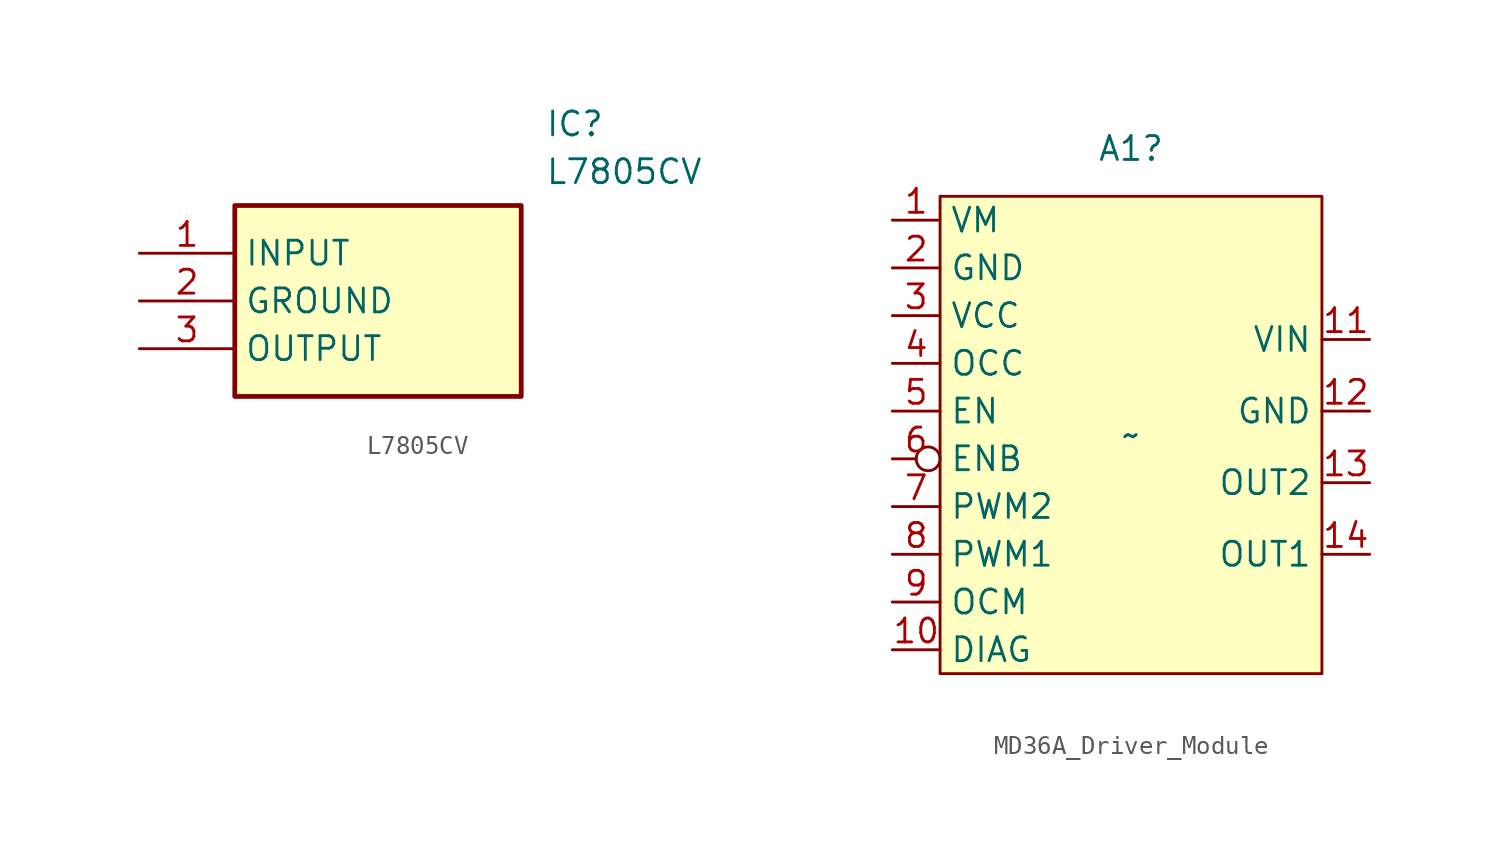
<source format=kicad_sym>
(kicad_symbol_lib
  (version 20241209)
  (generator "kicad_symbol_editor")
  (generator_version "9.0")
  (symbol "L7805CV"
    (property "Reference" "IC"
      (at 21.59 7.62 0)
      (effects (font (size 1.27 1.27)) (justify left top)))
    (property "Value" "L7805CV"
      (at 21.59 5.08 0)
      (effects (font (size 1.27 1.27)) (justify left top)))
    (symbol "L7805CV_1_1"
      (rectangle (start 5.08 2.54) (end 20.32 -7.62) (stroke (width 0.254) (type default)) (fill (type background)))
      (pin passive line (at 0 0 0) (length 5.08) (name "INPUT" (effects (font (size 1.27 1.27)))) (number "1" (effects (font (size 1.27 1.27)))))
      (pin passive line (at 0 -2.54 0) (length 5.08) (name "GROUND" (effects (font (size 1.27 1.27)))) (number "2" (effects (font (size 1.27 1.27)))))
      (pin passive line (at 0 -5.08 0) (length 5.08) (name "OUTPUT" (effects (font (size 1.27 1.27)))) (number "3" (effects (font (size 1.27 1.27)))))))
  (symbol "MD36A_Driver_Module"
    (property "Reference" "A1"
      (at 0 15.24 0)
      (effects (font (size 1.27 1.27))))
    (property "Value" "~"
      (at 0 0 0)
      (effects (font (size 1.27 1.27))))
    (symbol "MD36A_Driver_Module_1_1"
      (rectangle (start -10.16 12.7) (end 10.16 -12.7) (stroke (width 0) (type solid)) (fill (type background)))
      (pin input line (at -12.7 11.43 0) (length 2.54) (name "VM" (effects (font (size 1.27 1.27)))) (number "1" (effects (font (size 1.27 1.27)))))
      (pin bidirectional line (at -12.7 8.89 0) (length 2.54) (name "GND" (effects (font (size 1.27 1.27)))) (number "2" (effects (font (size 1.27 1.27)))))
      (pin power_in line (at -12.7 6.35 0) (length 2.54) (name "VCC" (effects (font (size 1.27 1.27)))) (number "3" (effects (font (size 1.27 1.27)))))
      (pin input line (at -12.7 3.81 0) (length 2.54) (name "OCC" (effects (font (size 1.27 1.27)))) (number "4" (effects (font (size 1.27 1.27)))))
      (pin input line (at -12.7 1.27 0) (length 2.54) (name "EN" (effects (font (size 1.27 1.27)))) (number "5" (effects (font (size 1.27 1.27)))))
      (pin input inverted (at -12.7 -1.27 0) (length 2.54) (name "ENB" (effects (font (size 1.27 1.27)))) (number "6" (effects (font (size 1.27 1.27)))))
      (pin input line (at -12.7 -3.81 0) (length 2.54) (name "PWM2" (effects (font (size 1.27 1.27)))) (number "7" (effects (font (size 1.27 1.27)))))
      (pin input line (at -12.7 -6.35 0) (length 2.54) (name "PWM1" (effects (font (size 1.27 1.27)))) (number "8" (effects (font (size 1.27 1.27)))))
      (pin output line (at -12.7 -8.89 0) (length 2.54) (name "OCM" (effects (font (size 1.27 1.27)))) (number "9" (effects (font (size 1.27 1.27)))))
      (pin output line (at -12.7 -11.43 0) (length 2.54) (name "DIAG" (effects (font (size 1.27 1.27)))) (number "10" (effects (font (size 1.27 1.27)))))
      (pin input line (at 12.7 5.08 180) (length 2.54) (name "VIN" (effects (font (size 1.27 1.27)))) (number "11" (effects (font (size 1.27 1.27)))))
      (pin bidirectional line (at 12.7 1.27 180) (length 2.54) (name "GND" (effects (font (size 1.27 1.27)))) (number "12" (effects (font (size 1.27 1.27)))))
      (pin power_out line (at 12.7 -2.54 180) (length 2.54) (name "OUT2" (effects (font (size 1.27 1.27)))) (number "13" (effects (font (size 1.27 1.27)))))
      (pin power_out line (at 12.7 -6.35 180) (length 2.54) (name "OUT1" (effects (font (size 1.27 1.27)))) (number "14" (effects (font (size 1.27 1.27))))))))
</source>
